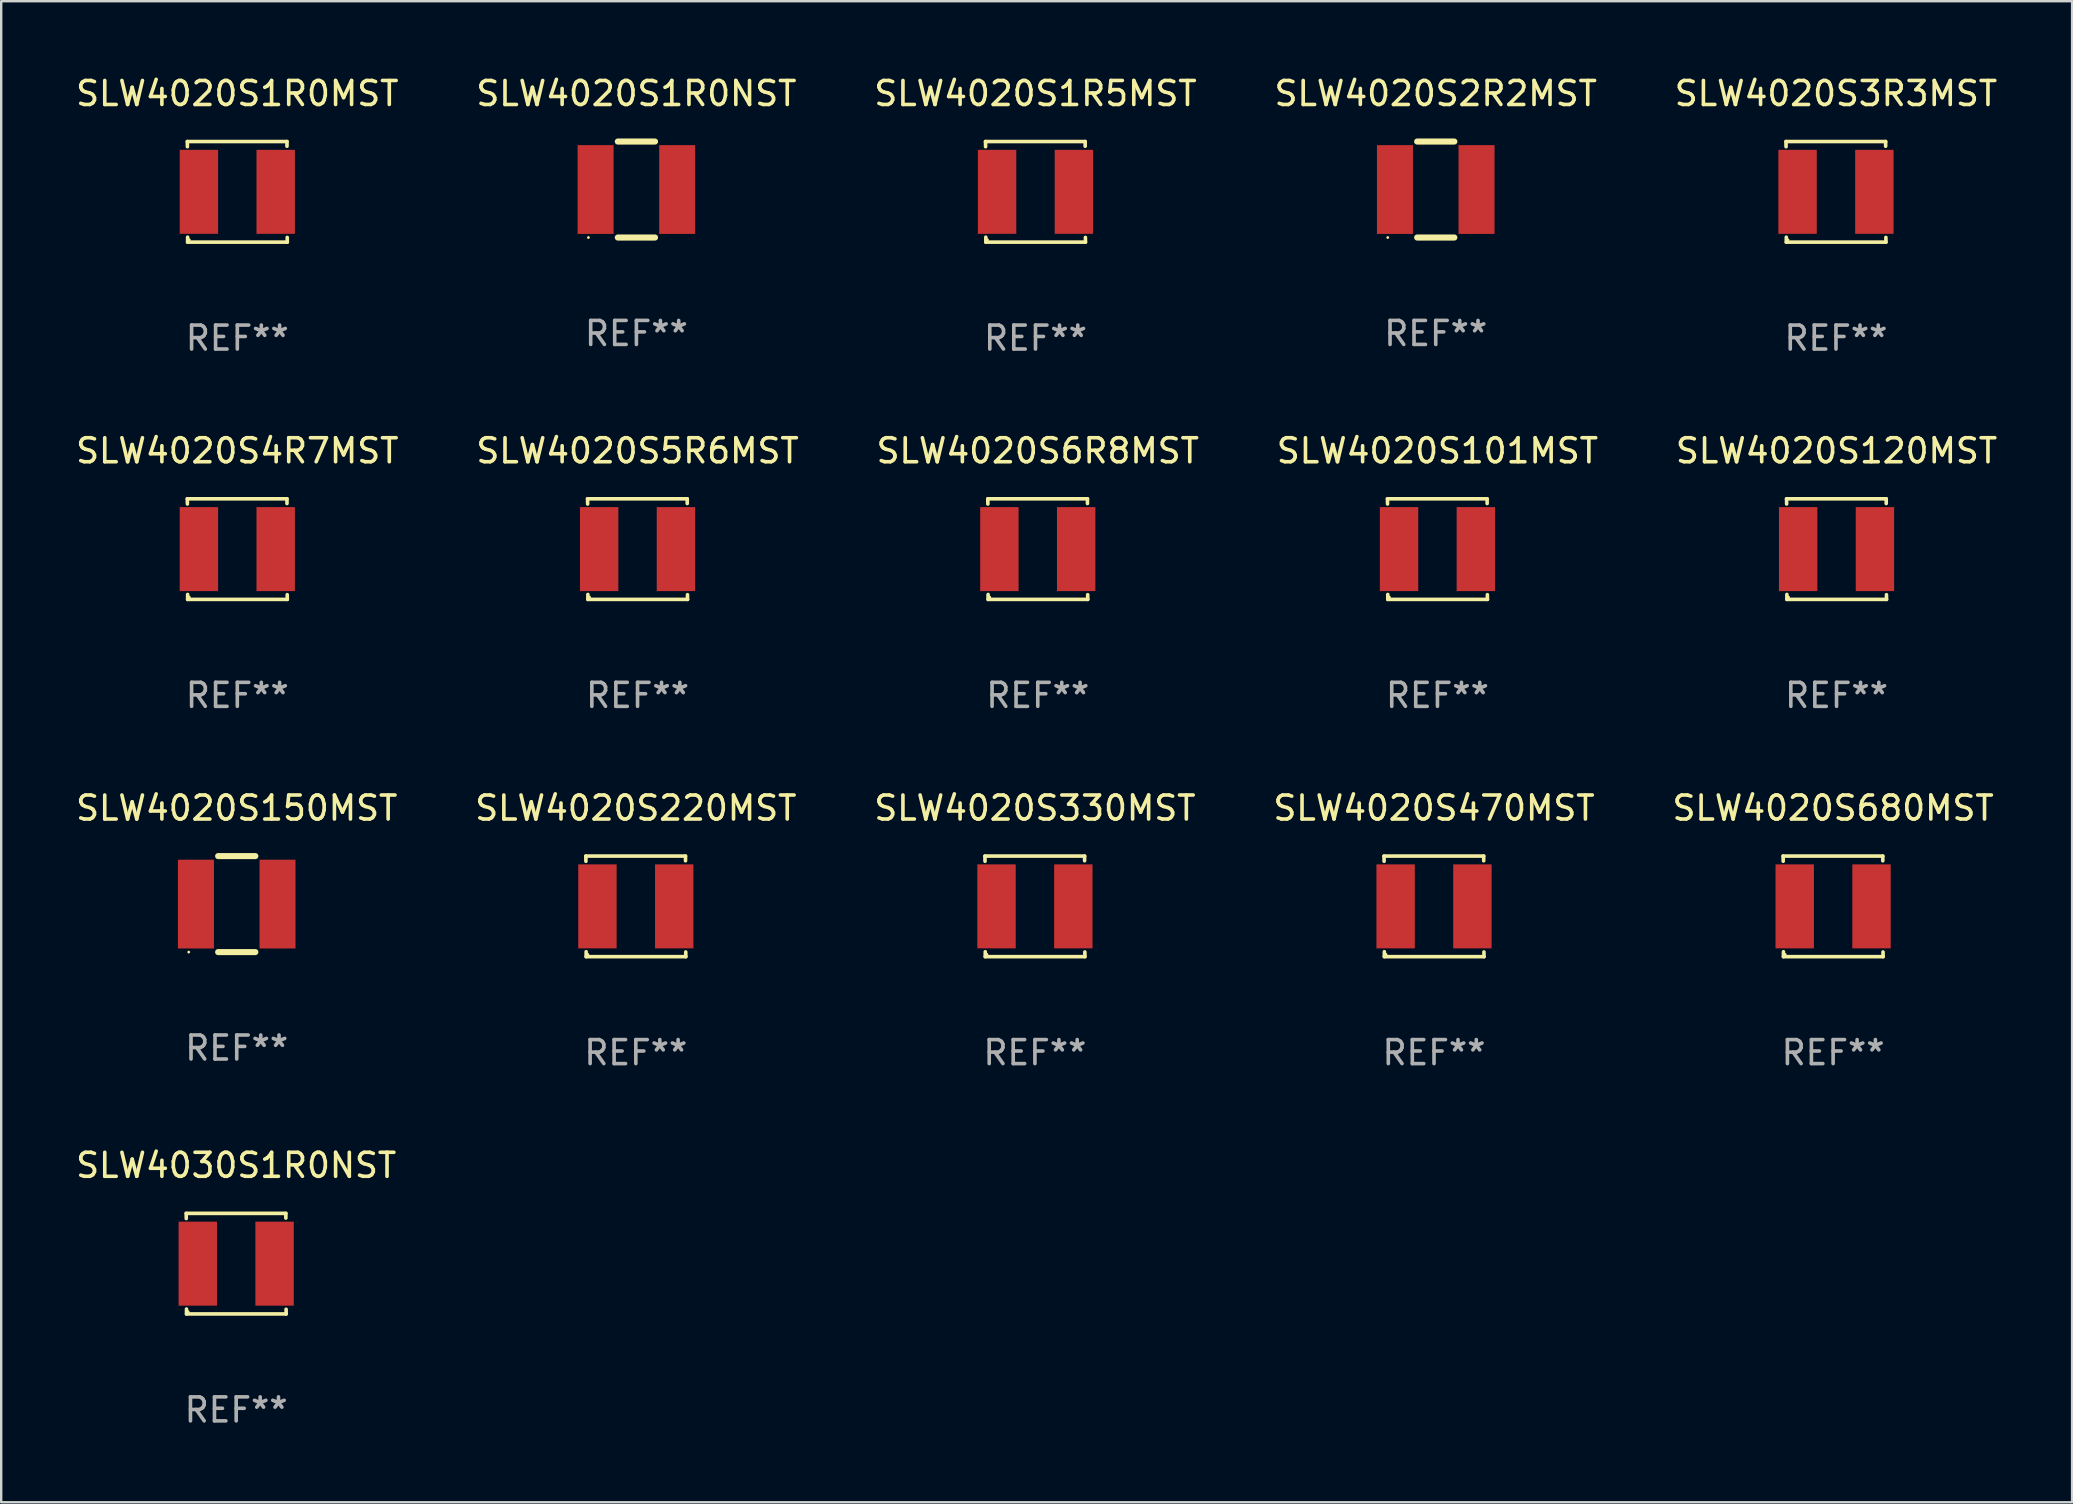
<source format=kicad_pcb>
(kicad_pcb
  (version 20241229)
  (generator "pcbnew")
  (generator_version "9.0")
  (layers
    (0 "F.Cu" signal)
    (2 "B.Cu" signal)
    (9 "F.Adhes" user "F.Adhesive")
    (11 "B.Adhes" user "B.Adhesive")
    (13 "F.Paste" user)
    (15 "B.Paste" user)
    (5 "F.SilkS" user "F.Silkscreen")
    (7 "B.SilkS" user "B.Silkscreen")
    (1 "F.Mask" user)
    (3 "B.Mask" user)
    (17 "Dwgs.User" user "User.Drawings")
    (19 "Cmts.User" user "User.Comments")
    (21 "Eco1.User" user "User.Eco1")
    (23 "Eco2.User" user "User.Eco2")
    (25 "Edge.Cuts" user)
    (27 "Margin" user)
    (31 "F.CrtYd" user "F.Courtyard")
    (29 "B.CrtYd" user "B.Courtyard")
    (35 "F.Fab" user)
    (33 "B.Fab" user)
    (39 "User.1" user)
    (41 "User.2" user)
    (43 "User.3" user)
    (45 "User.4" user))
  (footprint "SLW4020S101MST"
    (layer "F.Cu")
    (at 56.851 19.832)
    (property "Reference" "SLW4020S101MST" (at 0 -4.096 0) (layer "F.SilkS") (effects (font (size 1 1) (thickness 0.15))))
    (attr through_hole)
    (fp_line (start -2.083 -2.096) (end -2.08 -1.88) (stroke (width 0.15) (type solid)) (layer "F.SilkS"))
    (fp_line (start -2.07 1.89) (end -2.07 2.096) (stroke (width 0.15) (type solid)) (layer "F.SilkS"))
    (fp_line (start -2.07 2.096) (end 2.083 2.096) (stroke (width 0.15) (type solid)) (layer "F.SilkS"))
    (fp_line (start 2.07 -1.9) (end 2.07 -2.096) (stroke (width 0.15) (type solid)) (layer "F.SilkS"))
    (fp_line (start 2.07 -2.096) (end -2.083 -2.096) (stroke (width 0.15) (type solid)) (layer "F.SilkS"))
    (fp_line (start 2.083 2.096) (end 2.08 1.9) (stroke (width 0.15) (type solid)) (layer "F.SilkS"))
    (fp_circle (center -2 2) (end -1.97 2) (stroke (width 0.06) (type solid)) (fill no) (layer "F.SilkS"))
    (fp_text user "REF**" (at 0 6.096 0) (layer "F.Fab") (effects (font (size 1 1) (thickness 0.15))))
    (pad "1" smd rect (at -1.6 -0.000343) (size 1.6 3.5) (layers "F.Cu" "F.Mask" "F.Paste"))
    (pad "2" smd rect (at 1.6 -0.000343) (size 1.6 3.5) (layers "F.Cu" "F.Mask" "F.Paste")))
  (footprint "SLW4020S680MST"
    (layer "F.Cu")
    (at 73.339 34.72)
    (property "Reference" "SLW4020S680MST" (at 0 -4.096 0) (layer "F.SilkS") (effects (font (size 1 1) (thickness 0.15))))
    (attr through_hole)
    (fp_line (start -2.083 -2.096) (end -2.08 -1.88) (stroke (width 0.15) (type solid)) (layer "F.SilkS"))
    (fp_line (start -2.07 1.89) (end -2.07 2.096) (stroke (width 0.15) (type solid)) (layer "F.SilkS"))
    (fp_line (start -2.07 2.096) (end 2.083 2.096) (stroke (width 0.15) (type solid)) (layer "F.SilkS"))
    (fp_line (start 2.07 -1.9) (end 2.07 -2.096) (stroke (width 0.15) (type solid)) (layer "F.SilkS"))
    (fp_line (start 2.07 -2.096) (end -2.083 -2.096) (stroke (width 0.15) (type solid)) (layer "F.SilkS"))
    (fp_line (start 2.083 2.096) (end 2.08 1.9) (stroke (width 0.15) (type solid)) (layer "F.SilkS"))
    (fp_circle (center -2 2) (end -1.97 2) (stroke (width 0.06) (type solid)) (fill no) (layer "F.SilkS"))
    (fp_text user "REF**" (at 0 6.096 0) (layer "F.Fab") (effects (font (size 1 1) (thickness 0.15))))
    (pad "1" smd rect (at -1.6 -0.000343) (size 1.6 3.5) (layers "F.Cu" "F.Mask" "F.Paste"))
    (pad "2" smd rect (at 1.6 -0.000343) (size 1.6 3.5) (layers "F.Cu" "F.Mask" "F.Paste")))
  (footprint "SLW4020S120MST"
    (layer "F.Cu")
    (at 73.482 19.832)
    (property "Reference" "SLW4020S120MST" (at 0 -4.096 0) (layer "F.SilkS") (effects (font (size 1 1) (thickness 0.15))))
    (attr through_hole)
    (fp_line (start -2.083 -2.096) (end -2.08 -1.88) (stroke (width 0.15) (type solid)) (layer "F.SilkS"))
    (fp_line (start -2.07 1.89) (end -2.07 2.096) (stroke (width 0.15) (type solid)) (layer "F.SilkS"))
    (fp_line (start -2.07 2.096) (end 2.083 2.096) (stroke (width 0.15) (type solid)) (layer "F.SilkS"))
    (fp_line (start 2.07 -1.9) (end 2.07 -2.096) (stroke (width 0.15) (type solid)) (layer "F.SilkS"))
    (fp_line (start 2.07 -2.096) (end -2.083 -2.096) (stroke (width 0.15) (type solid)) (layer "F.SilkS"))
    (fp_line (start 2.083 2.096) (end 2.08 1.9) (stroke (width 0.15) (type solid)) (layer "F.SilkS"))
    (fp_circle (center -2 2) (end -1.97 2) (stroke (width 0.06) (type solid)) (fill no) (layer "F.SilkS"))
    (fp_text user "REF**" (at 0 6.096 0) (layer "F.Fab") (effects (font (size 1 1) (thickness 0.15))))
    (pad "1" smd rect (at -1.6 -0.000343) (size 1.6 3.5) (layers "F.Cu" "F.Mask" "F.Paste"))
    (pad "2" smd rect (at 1.6 -0.000343) (size 1.6 3.5) (layers "F.Cu" "F.Mask" "F.Paste")))
  (footprint "SLW4020S1R5MST"
    (layer "F.Cu")
    (at 40.101 4.944)
    (property "Reference" "SLW4020S1R5MST" (at 0 -4.096 0) (layer "F.SilkS") (effects (font (size 1 1) (thickness 0.15))))
    (attr through_hole)
    (fp_line (start -2.083 -2.096) (end -2.08 -1.88) (stroke (width 0.15) (type solid)) (layer "F.SilkS"))
    (fp_line (start -2.07 1.89) (end -2.07 2.096) (stroke (width 0.15) (type solid)) (layer "F.SilkS"))
    (fp_line (start -2.07 2.096) (end 2.083 2.096) (stroke (width 0.15) (type solid)) (layer "F.SilkS"))
    (fp_line (start 2.07 -1.9) (end 2.07 -2.096) (stroke (width 0.15) (type solid)) (layer "F.SilkS"))
    (fp_line (start 2.07 -2.096) (end -2.083 -2.096) (stroke (width 0.15) (type solid)) (layer "F.SilkS"))
    (fp_line (start 2.083 2.096) (end 2.08 1.9) (stroke (width 0.15) (type solid)) (layer "F.SilkS"))
    (fp_circle (center -2 2) (end -1.97 2) (stroke (width 0.06) (type solid)) (fill no) (layer "F.SilkS"))
    (fp_text user "REF**" (at 0 6.096 0) (layer "F.Fab") (effects (font (size 1 1) (thickness 0.15))))
    (pad "1" smd rect (at -1.6 -0.000343) (size 1.6 3.5) (layers "F.Cu" "F.Mask" "F.Paste"))
    (pad "2" smd rect (at 1.6 -0.000343) (size 1.6 3.5) (layers "F.Cu" "F.Mask" "F.Paste")))
  (footprint "SLW4020S470MST"
    (layer "F.Cu")
    (at 56.708 34.72)
    (property "Reference" "SLW4020S470MST" (at 0 -4.096 0) (layer "F.SilkS") (effects (font (size 1 1) (thickness 0.15))))
    (attr through_hole)
    (fp_line (start -2.083 -2.096) (end -2.08 -1.88) (stroke (width 0.15) (type solid)) (layer "F.SilkS"))
    (fp_line (start -2.07 1.89) (end -2.07 2.096) (stroke (width 0.15) (type solid)) (layer "F.SilkS"))
    (fp_line (start -2.07 2.096) (end 2.083 2.096) (stroke (width 0.15) (type solid)) (layer "F.SilkS"))
    (fp_line (start 2.07 -1.9) (end 2.07 -2.096) (stroke (width 0.15) (type solid)) (layer "F.SilkS"))
    (fp_line (start 2.07 -2.096) (end -2.083 -2.096) (stroke (width 0.15) (type solid)) (layer "F.SilkS"))
    (fp_line (start 2.083 2.096) (end 2.08 1.9) (stroke (width 0.15) (type solid)) (layer "F.SilkS"))
    (fp_circle (center -2 2) (end -1.97 2) (stroke (width 0.06) (type solid)) (fill no) (layer "F.SilkS"))
    (fp_text user "REF**" (at 0 6.096 0) (layer "F.Fab") (effects (font (size 1 1) (thickness 0.15))))
    (pad "1" smd rect (at -1.6 -0.000343) (size 1.6 3.5) (layers "F.Cu" "F.Mask" "F.Paste"))
    (pad "2" smd rect (at 1.6 -0.000343) (size 1.6 3.5) (layers "F.Cu" "F.Mask" "F.Paste")))
  (footprint "SLW4020S3R3MST"
    (layer "F.Cu")
    (at 73.458 4.944)
    (property "Reference" "SLW4020S3R3MST" (at 0 -4.096 0) (layer "F.SilkS") (effects (font (size 1 1) (thickness 0.15))))
    (attr through_hole)
    (fp_line (start -2.083 -2.096) (end -2.08 -1.88) (stroke (width 0.15) (type solid)) (layer "F.SilkS"))
    (fp_line (start -2.07 1.89) (end -2.07 2.096) (stroke (width 0.15) (type solid)) (layer "F.SilkS"))
    (fp_line (start -2.07 2.096) (end 2.083 2.096) (stroke (width 0.15) (type solid)) (layer "F.SilkS"))
    (fp_line (start 2.07 -1.9) (end 2.07 -2.096) (stroke (width 0.15) (type solid)) (layer "F.SilkS"))
    (fp_line (start 2.07 -2.096) (end -2.083 -2.096) (stroke (width 0.15) (type solid)) (layer "F.SilkS"))
    (fp_line (start 2.083 2.096) (end 2.08 1.9) (stroke (width 0.15) (type solid)) (layer "F.SilkS"))
    (fp_circle (center -2 2) (end -1.97 2) (stroke (width 0.06) (type solid)) (fill no) (layer "F.SilkS"))
    (fp_text user "REF**" (at 0 6.096 0) (layer "F.Fab") (effects (font (size 1 1) (thickness 0.15))))
    (pad "1" smd rect (at -1.6 -0.000343) (size 1.6 3.5) (layers "F.Cu" "F.Mask" "F.Paste"))
    (pad "2" smd rect (at 1.6 -0.000343) (size 1.6 3.5) (layers "F.Cu" "F.Mask" "F.Paste")))
  (footprint "SLW4020S330MST"
    (layer "F.Cu")
    (at 40.077 34.72)
    (property "Reference" "SLW4020S330MST" (at 0 -4.096 0) (layer "F.SilkS") (effects (font (size 1 1) (thickness 0.15))))
    (attr through_hole)
    (fp_line (start -2.083 -2.096) (end -2.08 -1.88) (stroke (width 0.15) (type solid)) (layer "F.SilkS"))
    (fp_line (start -2.07 1.89) (end -2.07 2.096) (stroke (width 0.15) (type solid)) (layer "F.SilkS"))
    (fp_line (start -2.07 2.096) (end 2.083 2.096) (stroke (width 0.15) (type solid)) (layer "F.SilkS"))
    (fp_line (start 2.07 -1.9) (end 2.07 -2.096) (stroke (width 0.15) (type solid)) (layer "F.SilkS"))
    (fp_line (start 2.07 -2.096) (end -2.083 -2.096) (stroke (width 0.15) (type solid)) (layer "F.SilkS"))
    (fp_line (start 2.083 2.096) (end 2.08 1.9) (stroke (width 0.15) (type solid)) (layer "F.SilkS"))
    (fp_circle (center -2 2) (end -1.97 2) (stroke (width 0.06) (type solid)) (fill no) (layer "F.SilkS"))
    (fp_text user "REF**" (at 0 6.096 0) (layer "F.Fab") (effects (font (size 1 1) (thickness 0.15))))
    (pad "1" smd rect (at -1.6 -0.000343) (size 1.6 3.5) (layers "F.Cu" "F.Mask" "F.Paste"))
    (pad "2" smd rect (at 1.6 -0.000343) (size 1.6 3.5) (layers "F.Cu" "F.Mask" "F.Paste")))
  (footprint "SLW4020S150MST"
    (layer "F.Cu")
    (at 6.815 34.625)
    (property "Reference" "SLW4020S150MST" (at 0 -4 0) (layer "F.SilkS") (effects (font (size 1 1) (thickness 0.15))))
    (attr through_hole)
    (fp_line (start -0.775 2) (end 0.775 2) (stroke (width 0.254) (type solid)) (layer "F.SilkS"))
    (fp_line (start -0.775 -2) (end 0.775 -2) (stroke (width 0.254) (type solid)) (layer "F.SilkS"))
    (fp_circle (center -2 2) (end -1.97 2) (stroke (width 0.06) (type solid)) (fill no) (layer "F.SilkS"))
    (fp_text user "REF**" (at 0 6 0) (layer "F.Fab") (effects (font (size 1 1) (thickness 0.15))))
    (pad "1" smd rect (at -1.7 0 270) (size 3.7 1.5) (layers "F.Cu" "F.Mask" "F.Paste"))
    (pad "2" smd rect (at 1.7 0 270) (size 3.7 1.5) (layers "F.Cu" "F.Mask" "F.Paste")))
  (footprint "SLW4020S4R7MST"
    (layer "F.Cu")
    (at 6.839 19.832)
    (property "Reference" "SLW4020S4R7MST" (at 0 -4.096 0) (layer "F.SilkS") (effects (font (size 1 1) (thickness 0.15))))
    (attr through_hole)
    (fp_line (start -2.083 -2.096) (end -2.08 -1.88) (stroke (width 0.15) (type solid)) (layer "F.SilkS"))
    (fp_line (start -2.07 1.89) (end -2.07 2.096) (stroke (width 0.15) (type solid)) (layer "F.SilkS"))
    (fp_line (start -2.07 2.096) (end 2.083 2.096) (stroke (width 0.15) (type solid)) (layer "F.SilkS"))
    (fp_line (start 2.07 -1.9) (end 2.07 -2.096) (stroke (width 0.15) (type solid)) (layer "F.SilkS"))
    (fp_line (start 2.07 -2.096) (end -2.083 -2.096) (stroke (width 0.15) (type solid)) (layer "F.SilkS"))
    (fp_line (start 2.083 2.096) (end 2.08 1.9) (stroke (width 0.15) (type solid)) (layer "F.SilkS"))
    (fp_circle (center -2 2) (end -1.97 2) (stroke (width 0.06) (type solid)) (fill no) (layer "F.SilkS"))
    (fp_text user "REF**" (at 0 6.096 0) (layer "F.Fab") (effects (font (size 1 1) (thickness 0.15))))
    (pad "1" smd rect (at -1.6 -0.000343) (size 1.6 3.5) (layers "F.Cu" "F.Mask" "F.Paste"))
    (pad "2" smd rect (at 1.6 -0.000343) (size 1.6 3.5) (layers "F.Cu" "F.Mask" "F.Paste")))
  (footprint "SLW4030S1R0NST"
    (layer "F.Cu")
    (at 6.792 49.609)
    (property "Reference" "SLW4030S1R0NST" (at 0 -4.096 0) (layer "F.SilkS") (effects (font (size 1 1) (thickness 0.15))))
    (attr through_hole)
    (fp_line (start -2.083 -2.096) (end -2.08 -1.88) (stroke (width 0.15) (type solid)) (layer "F.SilkS"))
    (fp_line (start -2.07 1.89) (end -2.07 2.096) (stroke (width 0.15) (type solid)) (layer "F.SilkS"))
    (fp_line (start -2.07 2.096) (end 2.083 2.096) (stroke (width 0.15) (type solid)) (layer "F.SilkS"))
    (fp_line (start 2.07 -1.9) (end 2.07 -2.096) (stroke (width 0.15) (type solid)) (layer "F.SilkS"))
    (fp_line (start 2.07 -2.096) (end -2.083 -2.096) (stroke (width 0.15) (type solid)) (layer "F.SilkS"))
    (fp_line (start 2.083 2.096) (end 2.08 1.9) (stroke (width 0.15) (type solid)) (layer "F.SilkS"))
    (fp_circle (center -2 2) (end -1.97 2) (stroke (width 0.06) (type solid)) (fill no) (layer "F.SilkS"))
    (fp_text user "REF**" (at 0 6.096 0) (layer "F.Fab") (effects (font (size 1 1) (thickness 0.15))))
    (pad "1" smd rect (at -1.6 -0.000343) (size 1.6 3.5) (layers "F.Cu" "F.Mask" "F.Paste"))
    (pad "2" smd rect (at 1.6 -0.000343) (size 1.6 3.5) (layers "F.Cu" "F.Mask" "F.Paste")))
  (footprint "SLW4020S6R8MST"
    (layer "F.Cu")
    (at 40.196 19.832)
    (property "Reference" "SLW4020S6R8MST" (at 0 -4.096 0) (layer "F.SilkS") (effects (font (size 1 1) (thickness 0.15))))
    (attr through_hole)
    (fp_line (start -2.083 -2.096) (end -2.08 -1.88) (stroke (width 0.15) (type solid)) (layer "F.SilkS"))
    (fp_line (start -2.07 1.89) (end -2.07 2.096) (stroke (width 0.15) (type solid)) (layer "F.SilkS"))
    (fp_line (start -2.07 2.096) (end 2.083 2.096) (stroke (width 0.15) (type solid)) (layer "F.SilkS"))
    (fp_line (start 2.07 -1.9) (end 2.07 -2.096) (stroke (width 0.15) (type solid)) (layer "F.SilkS"))
    (fp_line (start 2.07 -2.096) (end -2.083 -2.096) (stroke (width 0.15) (type solid)) (layer "F.SilkS"))
    (fp_line (start 2.083 2.096) (end 2.08 1.9) (stroke (width 0.15) (type solid)) (layer "F.SilkS"))
    (fp_circle (center -2 2) (end -1.97 2) (stroke (width 0.06) (type solid)) (fill no) (layer "F.SilkS"))
    (fp_text user "REF**" (at 0 6.096 0) (layer "F.Fab") (effects (font (size 1 1) (thickness 0.15))))
    (pad "1" smd rect (at -1.6 -0.000343) (size 1.6 3.5) (layers "F.Cu" "F.Mask" "F.Paste"))
    (pad "2" smd rect (at 1.6 -0.000343) (size 1.6 3.5) (layers "F.Cu" "F.Mask" "F.Paste")))
  (footprint "SLW4020S1R0NST"
    (layer "F.Cu")
    (at 23.47 4.848)
    (property "Reference" "SLW4020S1R0NST" (at 0 -4 0) (layer "F.SilkS") (effects (font (size 1 1) (thickness 0.15))))
    (attr through_hole)
    (fp_line (start -0.775 2) (end 0.775 2) (stroke (width 0.254) (type solid)) (layer "F.SilkS"))
    (fp_line (start -0.775 -2) (end 0.775 -2) (stroke (width 0.254) (type solid)) (layer "F.SilkS"))
    (fp_circle (center -2 2) (end -1.97 2) (stroke (width 0.06) (type solid)) (fill no) (layer "F.SilkS"))
    (fp_text user "REF**" (at 0 6 0) (layer "F.Fab") (effects (font (size 1 1) (thickness 0.15))))
    (pad "1" smd rect (at -1.7 0 270) (size 3.7 1.5) (layers "F.Cu" "F.Mask" "F.Paste"))
    (pad "2" smd rect (at 1.7 0 270) (size 3.7 1.5) (layers "F.Cu" "F.Mask" "F.Paste")))
  (footprint "SLW4020S220MST"
    (layer "F.Cu")
    (at 23.446 34.72)
    (property "Reference" "SLW4020S220MST" (at 0 -4.096 0) (layer "F.SilkS") (effects (font (size 1 1) (thickness 0.15))))
    (attr through_hole)
    (fp_line (start -2.083 -2.096) (end -2.08 -1.88) (stroke (width 0.15) (type solid)) (layer "F.SilkS"))
    (fp_line (start -2.07 1.89) (end -2.07 2.096) (stroke (width 0.15) (type solid)) (layer "F.SilkS"))
    (fp_line (start -2.07 2.096) (end 2.083 2.096) (stroke (width 0.15) (type solid)) (layer "F.SilkS"))
    (fp_line (start 2.07 -1.9) (end 2.07 -2.096) (stroke (width 0.15) (type solid)) (layer "F.SilkS"))
    (fp_line (start 2.07 -2.096) (end -2.083 -2.096) (stroke (width 0.15) (type solid)) (layer "F.SilkS"))
    (fp_line (start 2.083 2.096) (end 2.08 1.9) (stroke (width 0.15) (type solid)) (layer "F.SilkS"))
    (fp_circle (center -2 2) (end -1.97 2) (stroke (width 0.06) (type solid)) (fill no) (layer "F.SilkS"))
    (fp_text user "REF**" (at 0 6.096 0) (layer "F.Fab") (effects (font (size 1 1) (thickness 0.15))))
    (pad "1" smd rect (at -1.6 -0.000343) (size 1.6 3.5) (layers "F.Cu" "F.Mask" "F.Paste"))
    (pad "2" smd rect (at 1.6 -0.000343) (size 1.6 3.5) (layers "F.Cu" "F.Mask" "F.Paste")))
  (footprint "SLW4020S1R0MST"
    (layer "F.Cu")
    (at 6.839 4.944)
    (property "Reference" "SLW4020S1R0MST" (at 0 -4.096 0) (layer "F.SilkS") (effects (font (size 1 1) (thickness 0.15))))
    (attr through_hole)
    (fp_line (start -2.083 -2.096) (end -2.08 -1.88) (stroke (width 0.15) (type solid)) (layer "F.SilkS"))
    (fp_line (start -2.07 1.89) (end -2.07 2.096) (stroke (width 0.15) (type solid)) (layer "F.SilkS"))
    (fp_line (start -2.07 2.096) (end 2.083 2.096) (stroke (width 0.15) (type solid)) (layer "F.SilkS"))
    (fp_line (start 2.07 -1.9) (end 2.07 -2.096) (stroke (width 0.15) (type solid)) (layer "F.SilkS"))
    (fp_line (start 2.07 -2.096) (end -2.083 -2.096) (stroke (width 0.15) (type solid)) (layer "F.SilkS"))
    (fp_line (start 2.083 2.096) (end 2.08 1.9) (stroke (width 0.15) (type solid)) (layer "F.SilkS"))
    (fp_circle (center -2 2) (end -1.97 2) (stroke (width 0.06) (type solid)) (fill no) (layer "F.SilkS"))
    (fp_text user "REF**" (at 0 6.096 0) (layer "F.Fab") (effects (font (size 1 1) (thickness 0.15))))
    (pad "1" smd rect (at -1.6 -0.000343) (size 1.6 3.5) (layers "F.Cu" "F.Mask" "F.Paste"))
    (pad "2" smd rect (at 1.6 -0.000343) (size 1.6 3.5) (layers "F.Cu" "F.Mask" "F.Paste")))
  (footprint "SLW4020S5R6MST"
    (layer "F.Cu")
    (at 23.518 19.832)
    (property "Reference" "SLW4020S5R6MST" (at 0 -4.096 0) (layer "F.SilkS") (effects (font (size 1 1) (thickness 0.15))))
    (attr through_hole)
    (fp_line (start -2.083 -2.096) (end -2.08 -1.88) (stroke (width 0.15) (type solid)) (layer "F.SilkS"))
    (fp_line (start -2.07 1.89) (end -2.07 2.096) (stroke (width 0.15) (type solid)) (layer "F.SilkS"))
    (fp_line (start -2.07 2.096) (end 2.083 2.096) (stroke (width 0.15) (type solid)) (layer "F.SilkS"))
    (fp_line (start 2.07 -1.9) (end 2.07 -2.096) (stroke (width 0.15) (type solid)) (layer "F.SilkS"))
    (fp_line (start 2.07 -2.096) (end -2.083 -2.096) (stroke (width 0.15) (type solid)) (layer "F.SilkS"))
    (fp_line (start 2.083 2.096) (end 2.08 1.9) (stroke (width 0.15) (type solid)) (layer "F.SilkS"))
    (fp_circle (center -2 2) (end -1.97 2) (stroke (width 0.06) (type solid)) (fill no) (layer "F.SilkS"))
    (fp_text user "REF**" (at 0 6.096 0) (layer "F.Fab") (effects (font (size 1 1) (thickness 0.15))))
    (pad "1" smd rect (at -1.6 -0.000343) (size 1.6 3.5) (layers "F.Cu" "F.Mask" "F.Paste"))
    (pad "2" smd rect (at 1.6 -0.000343) (size 1.6 3.5) (layers "F.Cu" "F.Mask" "F.Paste")))
  (footprint "SLW4020S2R2MST"
    (layer "F.Cu")
    (at 56.78 4.848)
    (property "Reference" "SLW4020S2R2MST" (at 0 -4 0) (layer "F.SilkS") (effects (font (size 1 1) (thickness 0.15))))
    (attr through_hole)
    (fp_line (start -0.775 2) (end 0.775 2) (stroke (width 0.254) (type solid)) (layer "F.SilkS"))
    (fp_line (start -0.775 -2) (end 0.775 -2) (stroke (width 0.254) (type solid)) (layer "F.SilkS"))
    (fp_circle (center -2 2) (end -1.97 2) (stroke (width 0.06) (type solid)) (fill no) (layer "F.SilkS"))
    (fp_text user "REF**" (at 0 6 0) (layer "F.Fab") (effects (font (size 1 1) (thickness 0.15))))
    (pad "1" smd rect (at -1.7 0 270) (size 3.7 1.5) (layers "F.Cu" "F.Mask" "F.Paste"))
    (pad "2" smd rect (at 1.7 0 270) (size 3.7 1.5) (layers "F.Cu" "F.Mask" "F.Paste")))
  (gr_rect
    (start -3 -3)
    (end 83.298 59.553)
    (stroke (width 0.1) (type default))
    (fill no)
    (layer "Edge.Cuts")))
</source>
